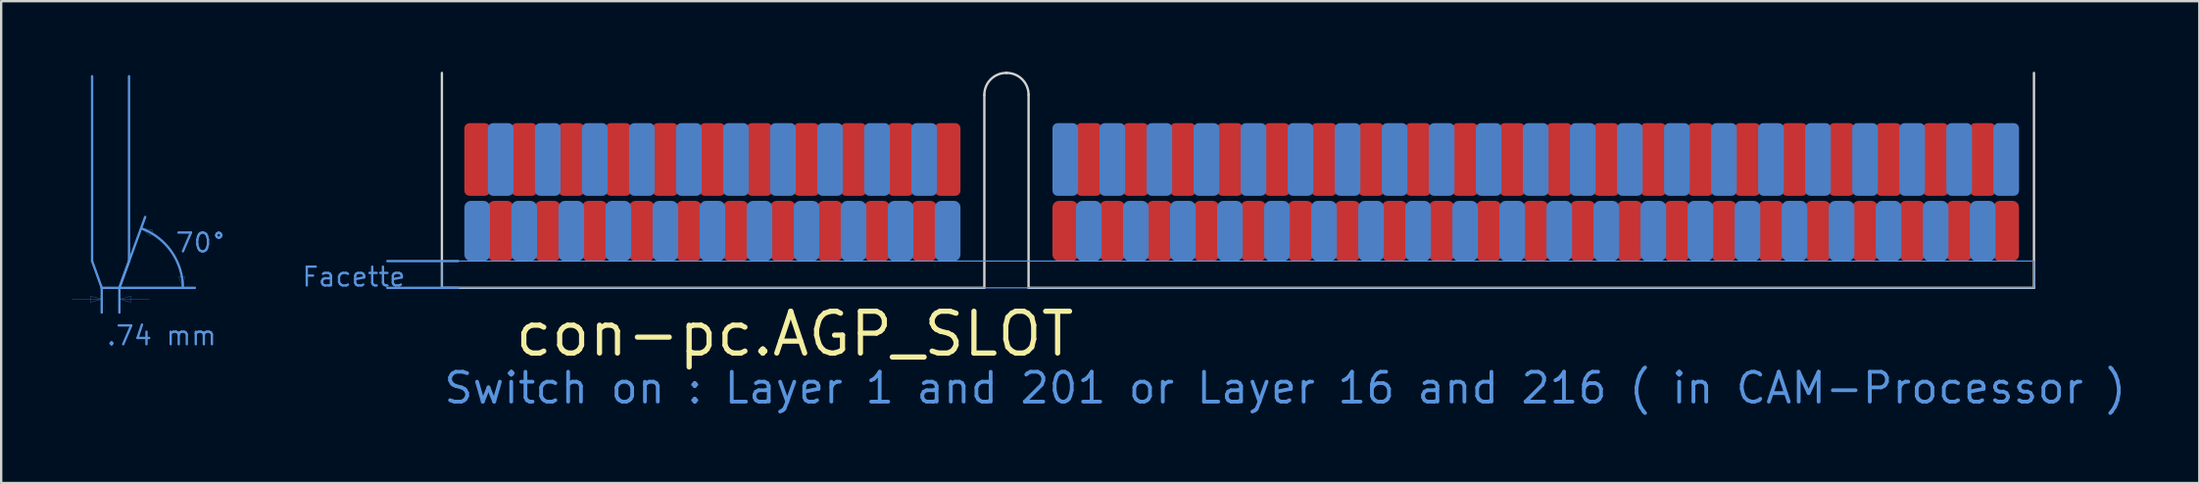
<source format=kicad_pcb>
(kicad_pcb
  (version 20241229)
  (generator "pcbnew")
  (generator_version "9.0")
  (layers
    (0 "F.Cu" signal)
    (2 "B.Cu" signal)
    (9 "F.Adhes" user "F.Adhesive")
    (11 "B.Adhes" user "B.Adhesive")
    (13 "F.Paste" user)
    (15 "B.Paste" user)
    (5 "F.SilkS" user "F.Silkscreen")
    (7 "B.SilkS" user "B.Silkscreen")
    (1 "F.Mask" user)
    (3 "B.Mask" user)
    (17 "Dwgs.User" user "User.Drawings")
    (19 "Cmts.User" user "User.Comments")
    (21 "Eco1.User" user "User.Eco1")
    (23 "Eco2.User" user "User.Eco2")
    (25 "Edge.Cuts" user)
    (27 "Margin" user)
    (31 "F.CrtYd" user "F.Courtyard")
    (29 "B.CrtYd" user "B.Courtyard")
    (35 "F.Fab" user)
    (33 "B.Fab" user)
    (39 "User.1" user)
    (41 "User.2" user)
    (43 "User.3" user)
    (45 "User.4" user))
  (footprint "con-pc.AGP_SLOT"
    (layer "F.Cu")
    (at 15.735 9.19)
    (property "Reference" "con-pc.AGP_SLOT" (at 3 3 0) (layer "F.SilkS") (effects (font (size 1.778 1.778) (thickness 0.22)) (justify left bottom)))
    (attr smd)
    (fp_rect (start 1.25 -1.15) (end 1.75 -4) (stroke (width 0.05) (type default)) (fill yes) (layer "F.Mask"))
    (fp_rect (start 2.25 -3.65) (end 2.75 -7.01) (stroke (width 0.05) (type default)) (fill yes) (layer "F.Mask"))
    (fp_rect (start 3.25 -1.15) (end 3.75 -4) (stroke (width 0.05) (type default)) (fill yes) (layer "F.Mask"))
    (fp_rect (start 4.25 -3.65) (end 4.75 -7.01) (stroke (width 0.05) (type default)) (fill yes) (layer "F.Mask"))
    (fp_rect (start 5.25 -1.15) (end 5.75 -4) (stroke (width 0.05) (type default)) (fill yes) (layer "F.Mask"))
    (fp_rect (start 6.25 -3.65) (end 6.75 -7.01) (stroke (width 0.05) (type default)) (fill yes) (layer "F.Mask"))
    (fp_rect (start 7.25 -1.15) (end 7.75 -4) (stroke (width 0.05) (type default)) (fill yes) (layer "F.Mask"))
    (fp_rect (start 8.25 -3.65) (end 8.75 -7.01) (stroke (width 0.05) (type default)) (fill yes) (layer "F.Mask"))
    (fp_rect (start 9.25 -1.15) (end 9.75 -4) (stroke (width 0.05) (type default)) (fill yes) (layer "F.Mask"))
    (fp_rect (start 10.25 -3.65) (end 10.75 -7.01) (stroke (width 0.05) (type default)) (fill yes) (layer "F.Mask"))
    (fp_rect (start 11.25 -1.15) (end 11.75 -4) (stroke (width 0.05) (type default)) (fill yes) (layer "F.Mask"))
    (fp_rect (start 12.25 -3.65) (end 12.75 -7.01) (stroke (width 0.05) (type default)) (fill yes) (layer "F.Mask"))
    (fp_rect (start 13.25 -1.15) (end 13.75 -4) (stroke (width 0.05) (type default)) (fill yes) (layer "F.Mask"))
    (fp_rect (start 14.25 -3.65) (end 14.75 -7.01) (stroke (width 0.05) (type default)) (fill yes) (layer "F.Mask"))
    (fp_rect (start 15.25 -1.15) (end 15.75 -4) (stroke (width 0.05) (type default)) (fill yes) (layer "F.Mask"))
    (fp_rect (start 16.25 -3.65) (end 16.75 -7.01) (stroke (width 0.05) (type default)) (fill yes) (layer "F.Mask"))
    (fp_rect (start 17.25 -1.15) (end 17.75 -4) (stroke (width 0.05) (type default)) (fill yes) (layer "F.Mask"))
    (fp_rect (start 18.25 -3.65) (end 18.75 -7.01) (stroke (width 0.05) (type default)) (fill yes) (layer "F.Mask"))
    (fp_rect (start 19.25 -1.15) (end 19.75 -4) (stroke (width 0.05) (type default)) (fill yes) (layer "F.Mask"))
    (fp_rect (start 20.25 -3.65) (end 20.75 -7.01) (stroke (width 0.05) (type default)) (fill yes) (layer "F.Mask"))
    (fp_rect (start 21.25 -1.15) (end 21.75 -4) (stroke (width 0.05) (type default)) (fill yes) (layer "F.Mask"))
    (fp_rect (start 26.25 -3.65) (end 26.75 -7.01) (stroke (width 0.05) (type default)) (fill yes) (layer "F.Mask"))
    (fp_rect (start 27.25 -1.15) (end 27.75 -4) (stroke (width 0.05) (type default)) (fill yes) (layer "F.Mask"))
    (fp_rect (start 28.25 -3.65) (end 28.75 -7.01) (stroke (width 0.05) (type default)) (fill yes) (layer "F.Mask"))
    (fp_rect (start 29.25 -1.15) (end 29.75 -4) (stroke (width 0.05) (type default)) (fill yes) (layer "F.Mask"))
    (fp_rect (start 30.25 -3.65) (end 30.75 -7.01) (stroke (width 0.05) (type default)) (fill yes) (layer "F.Mask"))
    (fp_rect (start 31.25 -1.15) (end 31.75 -4) (stroke (width 0.05) (type default)) (fill yes) (layer "F.Mask"))
    (fp_rect (start 32.25 -3.65) (end 32.75 -7.01) (stroke (width 0.05) (type default)) (fill yes) (layer "F.Mask"))
    (fp_rect (start 33.25 -1.15) (end 33.75 -4) (stroke (width 0.05) (type default)) (fill yes) (layer "F.Mask"))
    (fp_rect (start 34.25 -3.65) (end 34.75 -7.01) (stroke (width 0.05) (type default)) (fill yes) (layer "F.Mask"))
    (fp_rect (start 35.25 -1.15) (end 35.75 -4) (stroke (width 0.05) (type default)) (fill yes) (layer "F.Mask"))
    (fp_rect (start 36.25 -3.65) (end 36.75 -7.01) (stroke (width 0.05) (type default)) (fill yes) (layer "F.Mask"))
    (fp_rect (start 37.25 -1.15) (end 37.75 -4) (stroke (width 0.05) (type default)) (fill yes) (layer "F.Mask"))
    (fp_rect (start 38.25 -3.65) (end 38.75 -7.01) (stroke (width 0.05) (type default)) (fill yes) (layer "F.Mask"))
    (fp_rect (start 39.25 -1.15) (end 39.75 -4) (stroke (width 0.05) (type default)) (fill yes) (layer "F.Mask"))
    (fp_rect (start 40.25 -3.65) (end 40.75 -7.01) (stroke (width 0.05) (type default)) (fill yes) (layer "F.Mask"))
    (fp_rect (start 41.25 -1.15) (end 41.75 -4) (stroke (width 0.05) (type default)) (fill yes) (layer "F.Mask"))
    (fp_rect (start 42.25 -3.65) (end 42.75 -7.01) (stroke (width 0.05) (type default)) (fill yes) (layer "F.Mask"))
    (fp_rect (start 43.25 -1.15) (end 43.75 -4) (stroke (width 0.05) (type default)) (fill yes) (layer "F.Mask"))
    (fp_rect (start 44.25 -3.65) (end 44.75 -7.01) (stroke (width 0.05) (type default)) (fill yes) (layer "F.Mask"))
    (fp_rect (start 45.25 -1.15) (end 45.75 -4) (stroke (width 0.05) (type default)) (fill yes) (layer "F.Mask"))
    (fp_rect (start 46.25 -3.65) (end 46.75 -7.01) (stroke (width 0.05) (type default)) (fill yes) (layer "F.Mask"))
    (fp_rect (start 47.25 -1.15) (end 47.75 -4) (stroke (width 0.05) (type default)) (fill yes) (layer "F.Mask"))
    (fp_rect (start 48.25 -3.65) (end 48.75 -7.01) (stroke (width 0.05) (type default)) (fill yes) (layer "F.Mask"))
    (fp_rect (start 49.25 -1.15) (end 49.75 -4) (stroke (width 0.05) (type default)) (fill yes) (layer "F.Mask"))
    (fp_rect (start 50.25 -3.65) (end 50.75 -7.01) (stroke (width 0.05) (type default)) (fill yes) (layer "F.Mask"))
    (fp_rect (start 51.25 -1.15) (end 51.75 -4) (stroke (width 0.05) (type default)) (fill yes) (layer "F.Mask"))
    (fp_rect (start 52.25 -3.65) (end 52.75 -7.01) (stroke (width 0.05) (type default)) (fill yes) (layer "F.Mask"))
    (fp_rect (start 53.25 -1.15) (end 53.75 -4) (stroke (width 0.05) (type default)) (fill yes) (layer "F.Mask"))
    (fp_rect (start 54.25 -3.65) (end 54.75 -7.01) (stroke (width 0.05) (type default)) (fill yes) (layer "F.Mask"))
    (fp_rect (start 55.25 -1.15) (end 55.75 -4) (stroke (width 0.05) (type default)) (fill yes) (layer "F.Mask"))
    (fp_rect (start 56.25 -3.65) (end 56.75 -7.01) (stroke (width 0.05) (type default)) (fill yes) (layer "F.Mask"))
    (fp_rect (start 57.25 -1.15) (end 57.75 -4) (stroke (width 0.05) (type default)) (fill yes) (layer "F.Mask"))
    (fp_rect (start 58.25 -3.65) (end 58.75 -7.01) (stroke (width 0.05) (type default)) (fill yes) (layer "F.Mask"))
    (fp_rect (start 59.25 -1.15) (end 59.75 -4) (stroke (width 0.05) (type default)) (fill yes) (layer "F.Mask"))
    (fp_rect (start 60.25 -3.65) (end 60.75 -7.01) (stroke (width 0.05) (type default)) (fill yes) (layer "F.Mask"))
    (fp_rect (start 61.25 -1.15) (end 61.75 -4) (stroke (width 0.05) (type default)) (fill yes) (layer "F.Mask"))
    (fp_rect (start 62.25 -3.65) (end 62.75 -7.01) (stroke (width 0.05) (type default)) (fill yes) (layer "F.Mask"))
    (fp_rect (start 63.25 -1.15) (end 63.75 -4) (stroke (width 0.05) (type default)) (fill yes) (layer "F.Mask"))
    (fp_rect (start 64.25 -3.65) (end 64.75 -7.01) (stroke (width 0.05) (type default)) (fill yes) (layer "F.Mask"))
    (fp_rect (start 65.25 -1.15) (end 65.75 -4) (stroke (width 0.05) (type default)) (fill yes) (layer "F.Mask"))
    (fp_rect (start 66.25 -3.65) (end 66.75 -7.01) (stroke (width 0.05) (type default)) (fill yes) (layer "F.Mask"))
    (fp_rect (start 1.25 -3.65) (end 1.75 -7.01) (stroke (width 0.05) (type default)) (fill yes) (layer "B.Mask"))
    (fp_rect (start 2.25 -1.15) (end 2.75 -4) (stroke (width 0.05) (type default)) (fill yes) (layer "B.Mask"))
    (fp_rect (start 3.25 -3.65) (end 3.75 -7.01) (stroke (width 0.05) (type default)) (fill yes) (layer "B.Mask"))
    (fp_rect (start 4.25 -1.15) (end 4.75 -4) (stroke (width 0.05) (type default)) (fill yes) (layer "B.Mask"))
    (fp_rect (start 5.25 -3.65) (end 5.75 -7.01) (stroke (width 0.05) (type default)) (fill yes) (layer "B.Mask"))
    (fp_rect (start 6.25 -1.15) (end 6.75 -4) (stroke (width 0.05) (type default)) (fill yes) (layer "B.Mask"))
    (fp_rect (start 7.25 -3.65) (end 7.75 -7.01) (stroke (width 0.05) (type default)) (fill yes) (layer "B.Mask"))
    (fp_rect (start 8.25 -1.15) (end 8.75 -4) (stroke (width 0.05) (type default)) (fill yes) (layer "B.Mask"))
    (fp_rect (start 9.25 -3.65) (end 9.75 -7.01) (stroke (width 0.05) (type default)) (fill yes) (layer "B.Mask"))
    (fp_rect (start 10.25 -1.15) (end 10.75 -4) (stroke (width 0.05) (type default)) (fill yes) (layer "B.Mask"))
    (fp_rect (start 11.25 -3.65) (end 11.75 -7.01) (stroke (width 0.05) (type default)) (fill yes) (layer "B.Mask"))
    (fp_rect (start 12.25 -1.15) (end 12.75 -4) (stroke (width 0.05) (type default)) (fill yes) (layer "B.Mask"))
    (fp_rect (start 13.25 -3.65) (end 13.75 -7.01) (stroke (width 0.05) (type default)) (fill yes) (layer "B.Mask"))
    (fp_rect (start 14.25 -1.15) (end 14.75 -4) (stroke (width 0.05) (type default)) (fill yes) (layer "B.Mask"))
    (fp_rect (start 15.25 -3.65) (end 15.75 -7.01) (stroke (width 0.05) (type default)) (fill yes) (layer "B.Mask"))
    (fp_rect (start 16.25 -1.15) (end 16.75 -4) (stroke (width 0.05) (type default)) (fill yes) (layer "B.Mask"))
    (fp_rect (start 17.25 -3.65) (end 17.75 -7.01) (stroke (width 0.05) (type default)) (fill yes) (layer "B.Mask"))
    (fp_rect (start 18.25 -1.15) (end 18.75 -4) (stroke (width 0.05) (type default)) (fill yes) (layer "B.Mask"))
    (fp_rect (start 19.25 -3.65) (end 19.75 -7.01) (stroke (width 0.05) (type default)) (fill yes) (layer "B.Mask"))
    (fp_rect (start 20.25 -1.15) (end 20.75 -4) (stroke (width 0.05) (type default)) (fill yes) (layer "B.Mask"))
    (fp_rect (start 21.25 -3.65) (end 21.75 -7.01) (stroke (width 0.05) (type default)) (fill yes) (layer "B.Mask"))
    (fp_rect (start 26.25 -1.15) (end 26.75 -4) (stroke (width 0.05) (type default)) (fill yes) (layer "B.Mask"))
    (fp_rect (start 27.25 -3.65) (end 27.75 -7.01) (stroke (width 0.05) (type default)) (fill yes) (layer "B.Mask"))
    (fp_rect (start 28.25 -1.15) (end 28.75 -4) (stroke (width 0.05) (type default)) (fill yes) (layer "B.Mask"))
    (fp_rect (start 29.25 -3.65) (end 29.75 -7.01) (stroke (width 0.05) (type default)) (fill yes) (layer "B.Mask"))
    (fp_rect (start 30.25 -1.15) (end 30.75 -4) (stroke (width 0.05) (type default)) (fill yes) (layer "B.Mask"))
    (fp_rect (start 31.25 -3.65) (end 31.75 -7.01) (stroke (width 0.05) (type default)) (fill yes) (layer "B.Mask"))
    (fp_rect (start 32.25 -1.15) (end 32.75 -4) (stroke (width 0.05) (type default)) (fill yes) (layer "B.Mask"))
    (fp_rect (start 33.25 -3.65) (end 33.75 -7.01) (stroke (width 0.05) (type default)) (fill yes) (layer "B.Mask"))
    (fp_rect (start 34.25 -1.15) (end 34.75 -4) (stroke (width 0.05) (type default)) (fill yes) (layer "B.Mask"))
    (fp_rect (start 35.25 -3.65) (end 35.75 -7.01) (stroke (width 0.05) (type default)) (fill yes) (layer "B.Mask"))
    (fp_rect (start 36.25 -1.15) (end 36.75 -4) (stroke (width 0.05) (type default)) (fill yes) (layer "B.Mask"))
    (fp_rect (start 37.25 -3.65) (end 37.75 -7.01) (stroke (width 0.05) (type default)) (fill yes) (layer "B.Mask"))
    (fp_rect (start 38.25 -1.15) (end 38.75 -4) (stroke (width 0.05) (type default)) (fill yes) (layer "B.Mask"))
    (fp_rect (start 39.25 -3.65) (end 39.75 -7.01) (stroke (width 0.05) (type default)) (fill yes) (layer "B.Mask"))
    (fp_rect (start 40.25 -1.15) (end 40.75 -4) (stroke (width 0.05) (type default)) (fill yes) (layer "B.Mask"))
    (fp_rect (start 41.25 -3.65) (end 41.75 -7.01) (stroke (width 0.05) (type default)) (fill yes) (layer "B.Mask"))
    (fp_rect (start 42.25 -1.15) (end 42.75 -4) (stroke (width 0.05) (type default)) (fill yes) (layer "B.Mask"))
    (fp_rect (start 43.25 -3.65) (end 43.75 -7.01) (stroke (width 0.05) (type default)) (fill yes) (layer "B.Mask"))
    (fp_rect (start 44.25 -1.15) (end 44.75 -4) (stroke (width 0.05) (type default)) (fill yes) (layer "B.Mask"))
    (fp_rect (start 45.25 -3.65) (end 45.75 -7.01) (stroke (width 0.05) (type default)) (fill yes) (layer "B.Mask"))
    (fp_rect (start 46.25 -1.15) (end 46.75 -4) (stroke (width 0.05) (type default)) (fill yes) (layer "B.Mask"))
    (fp_rect (start 47.25 -3.65) (end 47.75 -7.01) (stroke (width 0.05) (type default)) (fill yes) (layer "B.Mask"))
    (fp_rect (start 48.25 -1.15) (end 48.75 -4) (stroke (width 0.05) (type default)) (fill yes) (layer "B.Mask"))
    (fp_rect (start 49.25 -3.65) (end 49.75 -7.01) (stroke (width 0.05) (type default)) (fill yes) (layer "B.Mask"))
    (fp_rect (start 50.25 -1.15) (end 50.75 -4) (stroke (width 0.05) (type default)) (fill yes) (layer "B.Mask"))
    (fp_rect (start 51.25 -3.65) (end 51.75 -7.01) (stroke (width 0.05) (type default)) (fill yes) (layer "B.Mask"))
    (fp_rect (start 52.25 -1.15) (end 52.75 -4) (stroke (width 0.05) (type default)) (fill yes) (layer "B.Mask"))
    (fp_rect (start 53.25 -3.65) (end 53.75 -7.01) (stroke (width 0.05) (type default)) (fill yes) (layer "B.Mask"))
    (fp_rect (start 54.25 -1.15) (end 54.75 -4) (stroke (width 0.05) (type default)) (fill yes) (layer "B.Mask"))
    (fp_rect (start 55.25 -3.65) (end 55.75 -7.01) (stroke (width 0.05) (type default)) (fill yes) (layer "B.Mask"))
    (fp_rect (start 56.25 -1.15) (end 56.75 -4) (stroke (width 0.05) (type default)) (fill yes) (layer "B.Mask"))
    (fp_rect (start 57.25 -3.65) (end 57.75 -7.01) (stroke (width 0.05) (type default)) (fill yes) (layer "B.Mask"))
    (fp_rect (start 58.25 -1.15) (end 58.75 -4) (stroke (width 0.05) (type default)) (fill yes) (layer "B.Mask"))
    (fp_rect (start 59.25 -3.65) (end 59.75 -7.01) (stroke (width 0.05) (type default)) (fill yes) (layer "B.Mask"))
    (fp_rect (start 60.25 -1.15) (end 60.75 -4) (stroke (width 0.05) (type default)) (fill yes) (layer "B.Mask"))
    (fp_rect (start 61.25 -3.65) (end 61.75 -7.01) (stroke (width 0.05) (type default)) (fill yes) (layer "B.Mask"))
    (fp_rect (start 62.25 -1.15) (end 62.75 -4) (stroke (width 0.05) (type default)) (fill yes) (layer "B.Mask"))
    (fp_rect (start 63.25 -3.65) (end 63.75 -7.01) (stroke (width 0.05) (type default)) (fill yes) (layer "B.Mask"))
    (fp_rect (start 64.25 -1.15) (end 64.75 -4) (stroke (width 0.05) (type default)) (fill yes) (layer "B.Mask"))
    (fp_rect (start 65.25 -3.65) (end 65.75 -7.01) (stroke (width 0.05) (type default)) (fill yes) (layer "B.Mask"))
    (fp_rect (start 66.25 -1.15) (end 66.75 -4) (stroke (width 0.05) (type default)) (fill yes) (layer "B.Mask"))
    (fp_line (start -15.73 0.48) (end -14.49 0.48) (stroke (width 0.01) (type default)) (layer "Cmts.User"))
    (fp_line (start -14.87 -9) (end -14.87 -1.14) (stroke (width 0.1) (type default)) (layer "Cmts.User"))
    (fp_line (start -14.87 -1.14) (end -14.46 0) (stroke (width 0.1) (type default)) (layer "Cmts.User"))
    (fp_line (start -14.46 0) (end -14.46 1.05) (stroke (width 0.1) (type default)) (layer "Cmts.User"))
    (fp_line (start -13.71 0) (end -14.46 0) (stroke (width 0.1) (type default)) (layer "Cmts.User"))
    (fp_line (start -13.71 0) (end -13.71 1.05) (stroke (width 0.1) (type default)) (layer "Cmts.User"))
    (fp_line (start -13.71 0) (end -12.612 -3.016) (stroke (width 0.1) (type default)) (layer "Cmts.User"))
    (fp_line (start -13.71 0) (end -11.01 0) (stroke (width 0.1) (type default)) (layer "Cmts.User"))
    (fp_line (start -13.3 -9) (end -13.3 -1.14) (stroke (width 0.1) (type default)) (layer "Cmts.User"))
    (fp_line (start -13.3 -1.14) (end -13.71 0) (stroke (width 0.1) (type default)) (layer "Cmts.User"))
    (fp_line (start -12.44 0.48) (end -13.68 0.48) (stroke (width 0.01) (type default)) (layer "Cmts.User"))
    (fp_line (start -11.01 0) (end -10.5 0) (stroke (width 0.1) (type default)) (layer "Cmts.User"))
    (fp_line (start 0.69 -1.14) (end -2.32 -1.14) (stroke (width 0.1) (type default)) (layer "Cmts.User"))
    (fp_line (start 0.69 0) (end -2.32 0) (stroke (width 0.1) (type default)) (layer "Cmts.User"))
    (fp_rect (start 0 0) (end 67.68 -1.14) (stroke (width 0.05) (type default)) (fill no) (layer "Cmts.User"))
    (fp_arc (start -12.78 -2.53) (mid -11.49766 -1.542981) (end -11.01 0) (stroke (width 0.1) (type default)) (layer "Cmts.User"))
    (fp_poly (pts (xy -14.94 0.35) (xy -14.94 0.61) (xy -14.46 0.48)) (stroke (width 0.01) (type default)) (fill no) (layer "Cmts.User"))
    (fp_poly (pts (xy -13.23 0.61) (xy -13.23 0.35) (xy -13.71 0.48)) (stroke (width 0.01) (type default)) (fill no) (layer "Cmts.User"))
    (fp_poly (pts (xy -12.407 -2.211) (xy -12.292 -2.445) (xy -12.78 -2.54)) (stroke (width 0.01) (type default)) (fill no) (layer "Cmts.User"))
    (fp_poly (pts (xy -10.932 -0.491) (xy -11.19 -0.463) (xy -11.01 0)) (stroke (width 0.01) (type default)) (fill no) (layer "Cmts.User"))
    (fp_line (start 0 -9.14) (end 0 0) (stroke (width 0.1) (type default)) (layer "Edge.Cuts"))
    (fp_line (start 0 0) (end 23.06 0) (stroke (width 0.1) (type default)) (layer "Edge.Cuts"))
    (fp_line (start 23.06 0) (end 23.06 -8.21) (stroke (width 0.1) (type default)) (layer "Edge.Cuts"))
    (fp_line (start 23.99 -9.14) (end 24.01 -9.14) (stroke (width 0.1) (type default)) (layer "Edge.Cuts"))
    (fp_line (start 24.94 0) (end 24.94 -8.21) (stroke (width 0.1) (type default)) (layer "Edge.Cuts"))
    (fp_line (start 67.68 -9.14) (end 67.68 0) (stroke (width 0.1) (type default)) (layer "Edge.Cuts"))
    (fp_line (start 67.68 0) (end 24.94 0) (stroke (width 0.1) (type default)) (layer "Edge.Cuts"))
    (fp_arc (start 23.06 -8.21) (mid 23.332391 -8.867609) (end 23.99 -9.14) (stroke (width 0.1) (type default)) (layer "Edge.Cuts"))
    (fp_arc (start 24.01 -9.14) (mid 24.667609 -8.867609) (end 24.94 -8.21) (stroke (width 0.1) (type default)) (layer "Edge.Cuts"))
    (fp_text user "Facette" (at -6 0 0) (layer "Cmts.User") (effects (font (size 0.8 0.8) (thickness 0.1)) (justify left bottom)))
    (fp_text user "Switch on : Layer 1 and 201 or Layer 16 and 216 ( in CAM-Processor )" (at 0 5 0) (layer "Cmts.User") (effects (font (size 1.27 1.27) (thickness 0.16)) (justify left bottom)))
    (fp_text user "70°" (at -11.38 -1.45 0) (layer "Cmts.User") (effects (font (size 0.8 0.8) (thickness 0.1)) (justify left bottom)))
    (fp_text user ".74 mm" (at -14.3 2.5 0) (layer "Cmts.User") (effects (font (size 0.8 0.8) (thickness 0.1)) (justify left bottom)))
    (pad "1" smd roundrect (at 1.5 -5.46) (size 1.09 3.09) (layers "F.Cu" "F.Mask" "F.Paste") (roundrect_rratio 0.2))
    (pad "2" smd roundrect (at 1.5 -2.42) (size 1.09 2.56) (layers "B.Cu" "B.Mask" "B.Paste") (roundrect_rratio 0.25))
    (pad "3" smd roundrect (at 2.5 -2.42) (size 1.09 2.56) (layers "F.Cu" "F.Mask" "F.Paste") (roundrect_rratio 0.25))
    (pad "4" smd roundrect (at 2.5 -5.46) (size 1.09 3.09) (layers "B.Cu" "B.Mask" "B.Paste") (roundrect_rratio 0.2))
    (pad "5" smd roundrect (at 3.5 -5.46) (size 1.09 3.09) (layers "F.Cu" "F.Mask" "F.Paste") (roundrect_rratio 0.2))
    (pad "6" smd roundrect (at 3.5 -2.42) (size 1.09 2.56) (layers "B.Cu" "B.Mask" "B.Paste") (roundrect_rratio 0.25))
    (pad "7" smd roundrect (at 4.5 -2.42) (size 1.09 2.56) (layers "F.Cu" "F.Mask" "F.Paste") (roundrect_rratio 0.25))
    (pad "8" smd roundrect (at 4.5 -5.46) (size 1.09 3.09) (layers "B.Cu" "B.Mask" "B.Paste") (roundrect_rratio 0.2))
    (pad "9" smd roundrect (at 5.5 -5.46) (size 1.09 3.09) (layers "F.Cu" "F.Mask" "F.Paste") (roundrect_rratio 0.2))
    (pad "10" smd roundrect (at 5.5 -2.42) (size 1.09 2.56) (layers "B.Cu" "B.Mask" "B.Paste") (roundrect_rratio 0.25))
    (pad "11" smd roundrect (at 6.5 -2.42) (size 1.09 2.56) (layers "F.Cu" "F.Mask" "F.Paste") (roundrect_rratio 0.25))
    (pad "12" smd roundrect (at 6.5 -5.46) (size 1.09 3.09) (layers "B.Cu" "B.Mask" "B.Paste") (roundrect_rratio 0.2))
    (pad "13" smd roundrect (at 7.5 -5.46) (size 1.09 3.09) (layers "F.Cu" "F.Mask" "F.Paste") (roundrect_rratio 0.2))
    (pad "14" smd roundrect (at 7.5 -2.42) (size 1.09 2.56) (layers "B.Cu" "B.Mask" "B.Paste") (roundrect_rratio 0.25))
    (pad "15" smd roundrect (at 8.5 -2.42) (size 1.09 2.56) (layers "F.Cu" "F.Mask" "F.Paste") (roundrect_rratio 0.25))
    (pad "16" smd roundrect (at 8.5 -5.46) (size 1.09 3.09) (layers "B.Cu" "B.Mask" "B.Paste") (roundrect_rratio 0.2))
    (pad "17" smd roundrect (at 9.5 -5.46) (size 1.09 3.09) (layers "F.Cu" "F.Mask" "F.Paste") (roundrect_rratio 0.2))
    (pad "18" smd roundrect (at 9.5 -2.42) (size 1.09 2.56) (layers "B.Cu" "B.Mask" "B.Paste") (roundrect_rratio 0.25))
    (pad "19" smd roundrect (at 10.5 -2.42) (size 1.09 2.56) (layers "F.Cu" "F.Mask" "F.Paste") (roundrect_rratio 0.25))
    (pad "20" smd roundrect (at 10.5 -5.46) (size 1.09 3.09) (layers "B.Cu" "B.Mask" "B.Paste") (roundrect_rratio 0.2))
    (pad "21" smd roundrect (at 11.5 -5.46) (size 1.09 3.09) (layers "F.Cu" "F.Mask" "F.Paste") (roundrect_rratio 0.2))
    (pad "22" smd roundrect (at 11.5 -2.42) (size 1.09 2.56) (layers "B.Cu" "B.Mask" "B.Paste") (roundrect_rratio 0.25))
    (pad "23" smd roundrect (at 12.5 -2.42) (size 1.09 2.56) (layers "F.Cu" "F.Mask" "F.Paste") (roundrect_rratio 0.25))
    (pad "24" smd roundrect (at 12.5 -5.46) (size 1.09 3.09) (layers "B.Cu" "B.Mask" "B.Paste") (roundrect_rratio 0.2))
    (pad "25" smd roundrect (at 13.5 -5.46) (size 1.09 3.09) (layers "F.Cu" "F.Mask" "F.Paste") (roundrect_rratio 0.2))
    (pad "26" smd roundrect (at 13.5 -2.42) (size 1.09 2.56) (layers "B.Cu" "B.Mask" "B.Paste") (roundrect_rratio 0.25))
    (pad "27" smd roundrect (at 14.5 -2.42) (size 1.09 2.56) (layers "F.Cu" "F.Mask" "F.Paste") (roundrect_rratio 0.25))
    (pad "28" smd roundrect (at 14.5 -5.46) (size 1.09 3.09) (layers "B.Cu" "B.Mask" "B.Paste") (roundrect_rratio 0.2))
    (pad "29" smd roundrect (at 15.5 -5.46) (size 1.09 3.09) (layers "F.Cu" "F.Mask" "F.Paste") (roundrect_rratio 0.2))
    (pad "30" smd roundrect (at 15.5 -2.42) (size 1.09 2.56) (layers "B.Cu" "B.Mask" "B.Paste") (roundrect_rratio 0.25))
    (pad "31" smd roundrect (at 16.5 -2.42) (size 1.09 2.56) (layers "F.Cu" "F.Mask" "F.Paste") (roundrect_rratio 0.25))
    (pad "32" smd roundrect (at 16.5 -5.46) (size 1.09 3.09) (layers "B.Cu" "B.Mask" "B.Paste") (roundrect_rratio 0.2))
    (pad "33" smd roundrect (at 17.5 -5.46) (size 1.09 3.09) (layers "F.Cu" "F.Mask" "F.Paste") (roundrect_rratio 0.2))
    (pad "34" smd roundrect (at 17.5 -2.42) (size 1.09 2.56) (layers "B.Cu" "B.Mask" "B.Paste") (roundrect_rratio 0.25))
    (pad "35" smd roundrect (at 18.5 -2.42) (size 1.09 2.56) (layers "F.Cu" "F.Mask" "F.Paste") (roundrect_rratio 0.25))
    (pad "36" smd roundrect (at 18.5 -5.46) (size 1.09 3.09) (layers "B.Cu" "B.Mask" "B.Paste") (roundrect_rratio 0.2))
    (pad "37" smd roundrect (at 19.5 -5.46) (size 1.09 3.09) (layers "F.Cu" "F.Mask" "F.Paste") (roundrect_rratio 0.2))
    (pad "38" smd roundrect (at 19.5 -2.42) (size 1.09 2.56) (layers "B.Cu" "B.Mask" "B.Paste") (roundrect_rratio 0.25))
    (pad "39" smd roundrect (at 20.5 -2.42) (size 1.09 2.56) (layers "F.Cu" "F.Mask" "F.Paste") (roundrect_rratio 0.25))
    (pad "40" smd roundrect (at 20.5 -5.46) (size 1.09 3.09) (layers "B.Cu" "B.Mask" "B.Paste") (roundrect_rratio 0.2))
    (pad "41" smd roundrect (at 21.5 -5.46) (size 1.09 3.09) (layers "F.Cu" "F.Mask" "F.Paste") (roundrect_rratio 0.2))
    (pad "42" smd roundrect (at 21.5 -2.42) (size 1.09 2.56) (layers "B.Cu" "B.Mask" "B.Paste") (roundrect_rratio 0.25))
    (pad "43" smd roundrect (at 26.5 -2.42) (size 1.09 2.56) (layers "F.Cu" "F.Mask" "F.Paste") (roundrect_rratio 0.25))
    (pad "44" smd roundrect (at 26.5 -5.46) (size 1.09 3.09) (layers "B.Cu" "B.Mask" "B.Paste") (roundrect_rratio 0.2))
    (pad "45" smd roundrect (at 27.5 -5.46) (size 1.09 3.09) (layers "F.Cu" "F.Mask" "F.Paste") (roundrect_rratio 0.2))
    (pad "46" smd roundrect (at 27.5 -2.42) (size 1.09 2.56) (layers "B.Cu" "B.Mask" "B.Paste") (roundrect_rratio 0.25))
    (pad "47" smd roundrect (at 28.5 -2.42) (size 1.09 2.56) (layers "F.Cu" "F.Mask" "F.Paste") (roundrect_rratio 0.25))
    (pad "48" smd roundrect (at 28.5 -5.46) (size 1.09 3.09) (layers "B.Cu" "B.Mask" "B.Paste") (roundrect_rratio 0.2))
    (pad "49" smd roundrect (at 29.5 -5.46) (size 1.09 3.09) (layers "F.Cu" "F.Mask" "F.Paste") (roundrect_rratio 0.2))
    (pad "50" smd roundrect (at 29.5 -2.42) (size 1.09 2.56) (layers "B.Cu" "B.Mask" "B.Paste") (roundrect_rratio 0.25))
    (pad "51" smd roundrect (at 30.5 -2.42) (size 1.09 2.56) (layers "F.Cu" "F.Mask" "F.Paste") (roundrect_rratio 0.25))
    (pad "52" smd roundrect (at 30.5 -5.46) (size 1.09 3.09) (layers "B.Cu" "B.Mask" "B.Paste") (roundrect_rratio 0.2))
    (pad "53" smd roundrect (at 31.5 -5.46) (size 1.09 3.09) (layers "F.Cu" "F.Mask" "F.Paste") (roundrect_rratio 0.2))
    (pad "54" smd roundrect (at 31.5 -2.42) (size 1.09 2.56) (layers "B.Cu" "B.Mask" "B.Paste") (roundrect_rratio 0.25))
    (pad "55" smd roundrect (at 32.5 -2.42) (size 1.09 2.56) (layers "F.Cu" "F.Mask" "F.Paste") (roundrect_rratio 0.25))
    (pad "56" smd roundrect (at 32.5 -5.46) (size 1.09 3.09) (layers "B.Cu" "B.Mask" "B.Paste") (roundrect_rratio 0.2))
    (pad "57" smd roundrect (at 33.5 -5.46) (size 1.09 3.09) (layers "F.Cu" "F.Mask" "F.Paste") (roundrect_rratio 0.2))
    (pad "58" smd roundrect (at 33.5 -2.42) (size 1.09 2.56) (layers "B.Cu" "B.Mask" "B.Paste") (roundrect_rratio 0.25))
    (pad "59" smd roundrect (at 34.5 -2.42) (size 1.09 2.56) (layers "F.Cu" "F.Mask" "F.Paste") (roundrect_rratio 0.25))
    (pad "60" smd roundrect (at 34.5 -5.46) (size 1.09 3.09) (layers "B.Cu" "B.Mask" "B.Paste") (roundrect_rratio 0.2))
    (pad "61" smd roundrect (at 35.5 -5.46) (size 1.09 3.09) (layers "F.Cu" "F.Mask" "F.Paste") (roundrect_rratio 0.2))
    (pad "62" smd roundrect (at 35.5 -2.42) (size 1.09 2.56) (layers "B.Cu" "B.Mask" "B.Paste") (roundrect_rratio 0.25))
    (pad "63" smd roundrect (at 36.5 -2.42) (size 1.09 2.56) (layers "F.Cu" "F.Mask" "F.Paste") (roundrect_rratio 0.25))
    (pad "64" smd roundrect (at 36.5 -5.46) (size 1.09 3.09) (layers "B.Cu" "B.Mask" "B.Paste") (roundrect_rratio 0.2))
    (pad "65" smd roundrect (at 37.5 -5.46) (size 1.09 3.09) (layers "F.Cu" "F.Mask" "F.Paste") (roundrect_rratio 0.2))
    (pad "66" smd roundrect (at 37.5 -2.42) (size 1.09 2.56) (layers "B.Cu" "B.Mask" "B.Paste") (roundrect_rratio 0.25))
    (pad "67" smd roundrect (at 38.5 -2.42) (size 1.09 2.56) (layers "F.Cu" "F.Mask" "F.Paste") (roundrect_rratio 0.25))
    (pad "68" smd roundrect (at 38.5 -5.46) (size 1.09 3.09) (layers "B.Cu" "B.Mask" "B.Paste") (roundrect_rratio 0.2))
    (pad "69" smd roundrect (at 39.5 -5.46) (size 1.09 3.09) (layers "F.Cu" "F.Mask" "F.Paste") (roundrect_rratio 0.2))
    (pad "70" smd roundrect (at 39.5 -2.42) (size 1.09 2.56) (layers "B.Cu" "B.Mask" "B.Paste") (roundrect_rratio 0.25))
    (pad "71" smd roundrect (at 40.5 -2.42) (size 1.09 2.56) (layers "F.Cu" "F.Mask" "F.Paste") (roundrect_rratio 0.25))
    (pad "72" smd roundrect (at 40.5 -5.46) (size 1.09 3.09) (layers "B.Cu" "B.Mask" "B.Paste") (roundrect_rratio 0.2))
    (pad "73" smd roundrect (at 41.5 -5.46) (size 1.09 3.09) (layers "F.Cu" "F.Mask" "F.Paste") (roundrect_rratio 0.2))
    (pad "74" smd roundrect (at 41.5 -2.42) (size 1.09 2.56) (layers "B.Cu" "B.Mask" "B.Paste") (roundrect_rratio 0.25))
    (pad "75" smd roundrect (at 42.5 -2.42) (size 1.09 2.56) (layers "F.Cu" "F.Mask" "F.Paste") (roundrect_rratio 0.25))
    (pad "76" smd roundrect (at 42.5 -5.46) (size 1.09 3.09) (layers "B.Cu" "B.Mask" "B.Paste") (roundrect_rratio 0.2))
    (pad "77" smd roundrect (at 43.5 -5.46) (size 1.09 3.09) (layers "F.Cu" "F.Mask" "F.Paste") (roundrect_rratio 0.2))
    (pad "78" smd roundrect (at 43.5 -2.42) (size 1.09 2.56) (layers "B.Cu" "B.Mask" "B.Paste") (roundrect_rratio 0.25))
    (pad "79" smd roundrect (at 44.5 -2.42) (size 1.09 2.56) (layers "F.Cu" "F.Mask" "F.Paste") (roundrect_rratio 0.25))
    (pad "80" smd roundrect (at 44.5 -5.46) (size 1.09 3.09) (layers "B.Cu" "B.Mask" "B.Paste") (roundrect_rratio 0.2))
    (pad "81" smd roundrect (at 45.5 -5.46) (size 1.09 3.09) (layers "F.Cu" "F.Mask" "F.Paste") (roundrect_rratio 0.2))
    (pad "82" smd roundrect (at 45.5 -2.42) (size 1.09 2.56) (layers "B.Cu" "B.Mask" "B.Paste") (roundrect_rratio 0.25))
    (pad "83" smd roundrect (at 46.5 -2.42) (size 1.09 2.56) (layers "F.Cu" "F.Mask" "F.Paste") (roundrect_rratio 0.25))
    (pad "84" smd roundrect (at 46.5 -5.46) (size 1.09 3.09) (layers "B.Cu" "B.Mask" "B.Paste") (roundrect_rratio 0.2))
    (pad "85" smd roundrect (at 47.5 -5.46) (size 1.09 3.09) (layers "F.Cu" "F.Mask" "F.Paste") (roundrect_rratio 0.2))
    (pad "86" smd roundrect (at 47.5 -2.42) (size 1.09 2.56) (layers "B.Cu" "B.Mask" "B.Paste") (roundrect_rratio 0.25))
    (pad "87" smd roundrect (at 48.5 -2.42) (size 1.09 2.56) (layers "F.Cu" "F.Mask" "F.Paste") (roundrect_rratio 0.25))
    (pad "88" smd roundrect (at 48.5 -5.46) (size 1.09 3.09) (layers "B.Cu" "B.Mask" "B.Paste") (roundrect_rratio 0.2))
    (pad "89" smd roundrect (at 49.5 -5.46) (size 1.09 3.09) (layers "F.Cu" "F.Mask" "F.Paste") (roundrect_rratio 0.2))
    (pad "90" smd roundrect (at 49.5 -2.42) (size 1.09 2.56) (layers "B.Cu" "B.Mask" "B.Paste") (roundrect_rratio 0.25))
    (pad "91" smd roundrect (at 50.5 -2.42) (size 1.09 2.56) (layers "F.Cu" "F.Mask" "F.Paste") (roundrect_rratio 0.25))
    (pad "92" smd roundrect (at 50.5 -5.46) (size 1.09 3.09) (layers "B.Cu" "B.Mask" "B.Paste") (roundrect_rratio 0.2))
    (pad "93" smd roundrect (at 51.5 -5.46) (size 1.09 3.09) (layers "F.Cu" "F.Mask" "F.Paste") (roundrect_rratio 0.2))
    (pad "94" smd roundrect (at 51.5 -2.42) (size 1.09 2.56) (layers "B.Cu" "B.Mask" "B.Paste") (roundrect_rratio 0.25))
    (pad "95" smd roundrect (at 52.5 -2.42) (size 1.09 2.56) (layers "F.Cu" "F.Mask" "F.Paste") (roundrect_rratio 0.25))
    (pad "96" smd roundrect (at 52.5 -5.46) (size 1.09 3.09) (layers "B.Cu" "B.Mask" "B.Paste") (roundrect_rratio 0.2))
    (pad "97" smd roundrect (at 53.5 -5.46) (size 1.09 3.09) (layers "F.Cu" "F.Mask" "F.Paste") (roundrect_rratio 0.2))
    (pad "98" smd roundrect (at 53.5 -2.42) (size 1.09 2.56) (layers "B.Cu" "B.Mask" "B.Paste") (roundrect_rratio 0.25))
    (pad "99" smd roundrect (at 54.5 -2.42) (size 1.09 2.56) (layers "F.Cu" "F.Mask" "F.Paste") (roundrect_rratio 0.25))
    (pad "100" smd roundrect (at 54.5 -5.46) (size 1.09 3.09) (layers "B.Cu" "B.Mask" "B.Paste") (roundrect_rratio 0.2))
    (pad "101" smd roundrect (at 55.5 -5.46) (size 1.09 3.09) (layers "F.Cu" "F.Mask" "F.Paste") (roundrect_rratio 0.2))
    (pad "102" smd roundrect (at 55.5 -2.42) (size 1.09 2.56) (layers "B.Cu" "B.Mask" "B.Paste") (roundrect_rratio 0.25))
    (pad "103" smd roundrect (at 56.5 -2.42) (size 1.09 2.56) (layers "F.Cu" "F.Mask" "F.Paste") (roundrect_rratio 0.25))
    (pad "104" smd roundrect (at 56.5 -5.46) (size 1.09 3.09) (layers "B.Cu" "B.Mask" "B.Paste") (roundrect_rratio 0.2))
    (pad "105" smd roundrect (at 57.5 -5.46) (size 1.09 3.09) (layers "F.Cu" "F.Mask" "F.Paste") (roundrect_rratio 0.2))
    (pad "106" smd roundrect (at 57.5 -2.42) (size 1.09 2.56) (layers "B.Cu" "B.Mask" "B.Paste") (roundrect_rratio 0.25))
    (pad "107" smd roundrect (at 58.5 -2.42) (size 1.09 2.56) (layers "F.Cu" "F.Mask" "F.Paste") (roundrect_rratio 0.25))
    (pad "108" smd roundrect (at 58.5 -5.46) (size 1.09 3.09) (layers "B.Cu" "B.Mask" "B.Paste") (roundrect_rratio 0.2))
    (pad "109" smd roundrect (at 59.5 -5.46) (size 1.09 3.09) (layers "F.Cu" "F.Mask" "F.Paste") (roundrect_rratio 0.2))
    (pad "110" smd roundrect (at 59.5 -2.42) (size 1.09 2.56) (layers "B.Cu" "B.Mask" "B.Paste") (roundrect_rratio 0.25))
    (pad "111" smd roundrect (at 60.5 -2.42) (size 1.09 2.56) (layers "F.Cu" "F.Mask" "F.Paste") (roundrect_rratio 0.25))
    (pad "112" smd roundrect (at 60.5 -5.46) (size 1.09 3.09) (layers "B.Cu" "B.Mask" "B.Paste") (roundrect_rratio 0.2))
    (pad "113" smd roundrect (at 61.5 -5.46) (size 1.09 3.09) (layers "F.Cu" "F.Mask" "F.Paste") (roundrect_rratio 0.2))
    (pad "114" smd roundrect (at 61.5 -2.42) (size 1.09 2.56) (layers "B.Cu" "B.Mask" "B.Paste") (roundrect_rratio 0.25))
    (pad "115" smd roundrect (at 62.5 -2.42) (size 1.09 2.56) (layers "F.Cu" "F.Mask" "F.Paste") (roundrect_rratio 0.25))
    (pad "116" smd roundrect (at 62.5 -5.46) (size 1.09 3.09) (layers "B.Cu" "B.Mask" "B.Paste") (roundrect_rratio 0.2))
    (pad "117" smd roundrect (at 63.5 -5.46) (size 1.09 3.09) (layers "F.Cu" "F.Mask" "F.Paste") (roundrect_rratio 0.2))
    (pad "118" smd roundrect (at 63.5 -2.42) (size 1.09 2.56) (layers "B.Cu" "B.Mask" "B.Paste") (roundrect_rratio 0.25))
    (pad "119" smd roundrect (at 64.5 -2.42) (size 1.09 2.56) (layers "F.Cu" "F.Mask" "F.Paste") (roundrect_rratio 0.25))
    (pad "120" smd roundrect (at 64.5 -5.46) (size 1.09 3.09) (layers "B.Cu" "B.Mask" "B.Paste") (roundrect_rratio 0.2))
    (pad "121" smd roundrect (at 65.5 -5.46) (size 1.09 3.09) (layers "F.Cu" "F.Mask" "F.Paste") (roundrect_rratio 0.2))
    (pad "122" smd roundrect (at 65.5 -2.42) (size 1.09 2.56) (layers "B.Cu" "B.Mask" "B.Paste") (roundrect_rratio 0.25))
    (pad "123" smd roundrect (at 66.5 -2.42) (size 1.09 2.56) (layers "F.Cu" "F.Mask" "F.Paste") (roundrect_rratio 0.25))
    (pad "124" smd roundrect (at 66.5 -5.46) (size 1.09 3.09) (layers "B.Cu" "B.Mask" "B.Paste") (roundrect_rratio 0.2)))
  (gr_rect
    (start -3 -3)
    (end 90.444 17.488)
    (stroke (width 0.1) (type default))
    (fill no)
    (layer "Edge.Cuts")))
</source>
